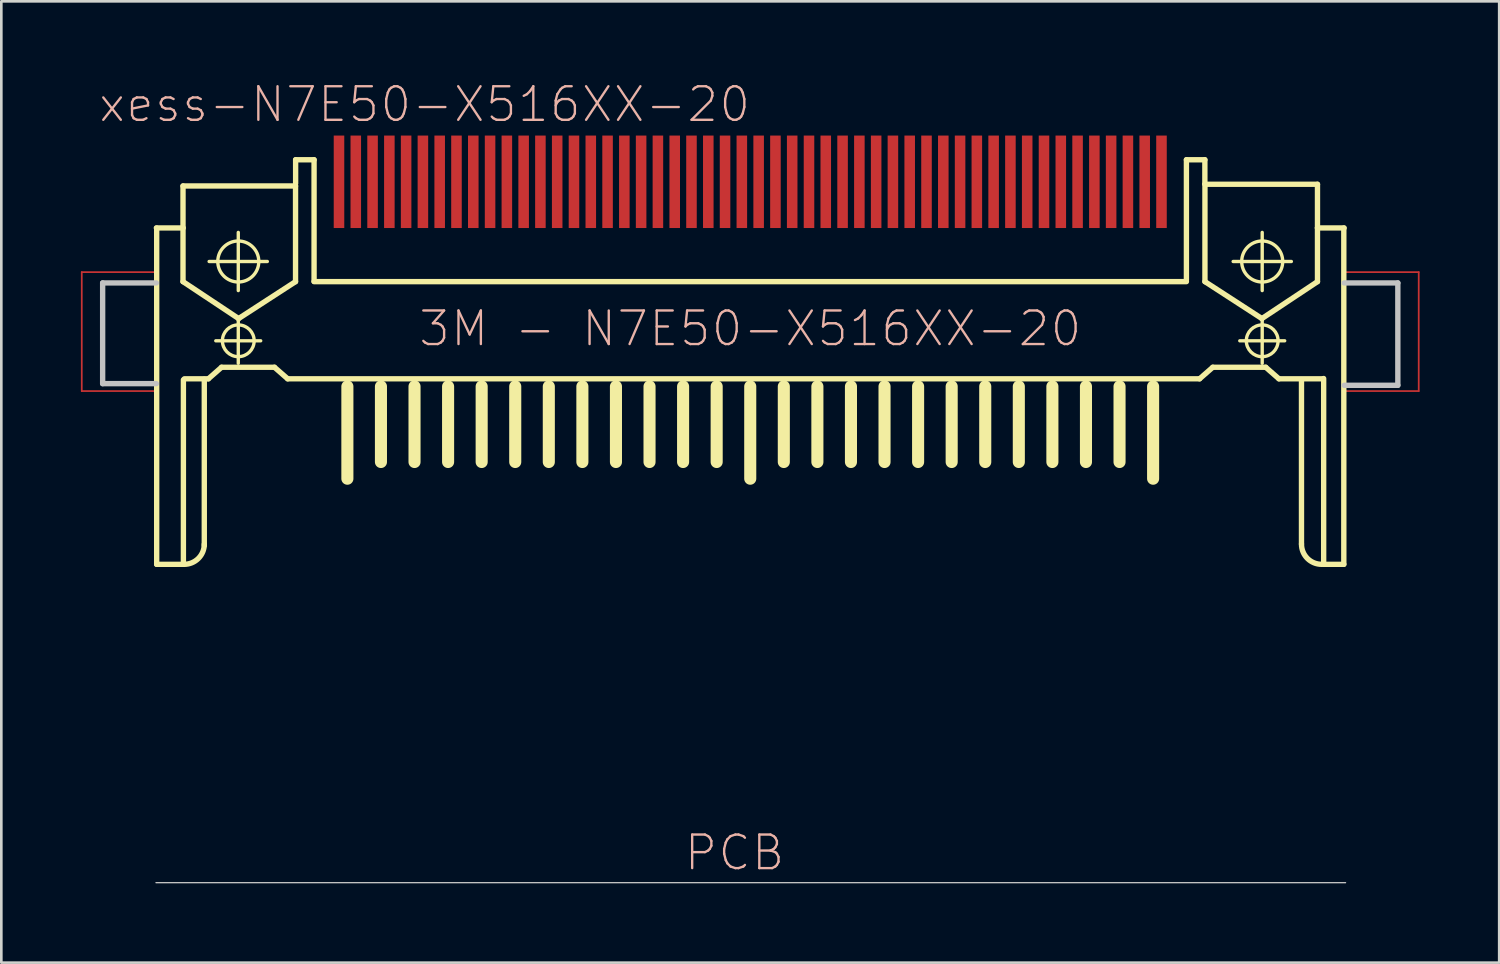
<source format=kicad_pcb>
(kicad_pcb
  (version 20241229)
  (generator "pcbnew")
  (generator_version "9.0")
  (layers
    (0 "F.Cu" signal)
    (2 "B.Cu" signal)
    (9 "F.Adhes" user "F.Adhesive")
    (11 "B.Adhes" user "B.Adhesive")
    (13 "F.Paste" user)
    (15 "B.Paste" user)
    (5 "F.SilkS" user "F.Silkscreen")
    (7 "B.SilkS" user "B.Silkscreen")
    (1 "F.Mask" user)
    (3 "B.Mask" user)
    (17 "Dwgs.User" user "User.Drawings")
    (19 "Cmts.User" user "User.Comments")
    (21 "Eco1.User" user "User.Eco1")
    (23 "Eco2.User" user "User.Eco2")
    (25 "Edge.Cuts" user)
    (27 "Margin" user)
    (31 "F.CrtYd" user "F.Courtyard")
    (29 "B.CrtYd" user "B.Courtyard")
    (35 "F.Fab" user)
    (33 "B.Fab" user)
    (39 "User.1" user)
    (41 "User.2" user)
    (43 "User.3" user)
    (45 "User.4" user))
  (footprint "xess-N7E50-X516XX-20"
    (layer "F.Cu")
    (at 25.331 14.922)
    (property "Reference" "xess-N7E50-X516XX-20" (at -12.319 -14.023 0) (layer "B.SilkS") (effects (font (size 1.27 1.27) (thickness 0.089))))
    (attr smd)
    (fp_line (start -25.288 -7.678) (end -22.489 -7.678) (stroke (width 0.066) (type solid)) (layer "F.Cu"))
    (fp_line (start -25.288 -3.178) (end -25.288 -7.678) (stroke (width 0.066) (type solid)) (layer "F.Cu"))
    (fp_line (start -25.288 -3.178) (end -22.489 -3.178) (stroke (width 0.066) (type solid)) (layer "F.Cu"))
    (fp_line (start -22.489 -3.178) (end -22.489 -7.678) (stroke (width 0.066) (type solid)) (layer "F.Cu"))
    (fp_line (start 22.489 -7.678) (end 25.288 -7.678) (stroke (width 0.066) (type solid)) (layer "F.Cu"))
    (fp_line (start 22.489 -3.178) (end 22.489 -7.678) (stroke (width 0.066) (type solid)) (layer "F.Cu"))
    (fp_line (start 22.489 -3.178) (end 25.288 -3.178) (stroke (width 0.066) (type solid)) (layer "F.Cu"))
    (fp_line (start 25.288 -3.178) (end 25.288 -7.678) (stroke (width 0.066) (type solid)) (layer "F.Cu"))
    (fp_line (start -25.298 -7.699) (end -22.499 -7.699) (stroke (width 0.066) (type solid)) (layer "F.Mask"))
    (fp_line (start -25.298 -3.198) (end -25.298 -7.699) (stroke (width 0.066) (type solid)) (layer "F.Mask"))
    (fp_line (start -25.298 -3.198) (end -22.499 -3.198) (stroke (width 0.066) (type solid)) (layer "F.Mask"))
    (fp_line (start -22.499 -3.198) (end -22.499 -7.699) (stroke (width 0.066) (type solid)) (layer "F.Mask"))
    (fp_line (start 22.499 -7.699) (end 25.298 -7.699) (stroke (width 0.066) (type solid)) (layer "F.Mask"))
    (fp_line (start 22.499 -3.198) (end 22.499 -7.699) (stroke (width 0.066) (type solid)) (layer "F.Mask"))
    (fp_line (start 22.499 -3.198) (end 25.298 -3.198) (stroke (width 0.066) (type solid)) (layer "F.Mask"))
    (fp_line (start 25.298 -3.198) (end 25.298 -7.699) (stroke (width 0.066) (type solid)) (layer "F.Mask"))
    (fp_line (start -22.466 -9.35) (end -21.458 -9.35) (stroke (width 0.203) (type solid)) (layer "F.SilkS"))
    (fp_line (start -22.454 3.376) (end -22.454 -9.345) (stroke (width 0.203) (type solid)) (layer "F.SilkS"))
    (fp_line (start -21.458 -10.937) (end -17.201 -10.937) (stroke (width 0.203) (type solid)) (layer "F.SilkS"))
    (fp_line (start -21.458 -9.35) (end -21.458 -10.937) (stroke (width 0.203) (type solid)) (layer "F.SilkS"))
    (fp_line (start -21.458 -7.318) (end -21.458 -9.35) (stroke (width 0.203) (type solid)) (layer "F.SilkS"))
    (fp_line (start -21.443 -3.604) (end -21.443 3.376) (stroke (width 0.203) (type solid)) (layer "F.SilkS"))
    (fp_line (start -21.443 3.376) (end -22.454 3.376) (stroke (width 0.203) (type solid)) (layer "F.SilkS"))
    (fp_line (start -21.405 -3.642) (end -20.498 -3.642) (stroke (width 0.203) (type solid)) (layer "F.SilkS"))
    (fp_line (start -20.653 -3.627) (end -20.653 2.664) (stroke (width 0.203) (type solid)) (layer "F.SilkS"))
    (fp_line (start -20.498 -3.642) (end -20 -4.079) (stroke (width 0.203) (type solid)) (layer "F.SilkS"))
    (fp_line (start -20.47 -8.08) (end -18.268 -8.08) (stroke (width 0.127) (type solid)) (layer "F.SilkS"))
    (fp_line (start -20.218 -5.08) (end -18.519 -5.08) (stroke (width 0.127) (type solid)) (layer "F.SilkS"))
    (fp_line (start -20 -4.079) (end -17.998 -4.079) (stroke (width 0.203) (type solid)) (layer "F.SilkS"))
    (fp_line (start -19.367 -6.98) (end -19.367 -9.18) (stroke (width 0.127) (type solid)) (layer "F.SilkS"))
    (fp_line (start -19.367 -4.229) (end -19.367 -5.928) (stroke (width 0.127) (type solid)) (layer "F.SilkS"))
    (fp_line (start -19.355 -5.921) (end -21.458 -7.318) (stroke (width 0.203) (type solid)) (layer "F.SilkS"))
    (fp_line (start -17.998 -4.079) (end -17.498 -3.642) (stroke (width 0.203) (type solid)) (layer "F.SilkS"))
    (fp_line (start -17.498 -3.642) (end 16.998 -3.642) (stroke (width 0.203) (type solid)) (layer "F.SilkS"))
    (fp_line (start -17.201 -10.937) (end -17.201 -7.318) (stroke (width 0.203) (type solid)) (layer "F.SilkS"))
    (fp_line (start -17.201 -7.318) (end -19.355 -5.921) (stroke (width 0.203) (type solid)) (layer "F.SilkS"))
    (fp_line (start -17.198 -11.928) (end -17.198 -11.029) (stroke (width 0.203) (type solid)) (layer "F.SilkS"))
    (fp_line (start -16.5 -11.928) (end -17.198 -11.928) (stroke (width 0.203) (type solid)) (layer "F.SilkS"))
    (fp_line (start -16.5 -11.928) (end -16.5 -7.328) (stroke (width 0.203) (type solid)) (layer "F.SilkS"))
    (fp_line (start -16.5 -7.318) (end 16.5 -7.318) (stroke (width 0.203) (type solid)) (layer "F.SilkS"))
    (fp_line (start -15.24 -3.353) (end -15.24 0.137) (stroke (width 0.457) (type solid)) (layer "F.SilkS"))
    (fp_line (start -13.97 -3.353) (end -13.97 -0.495) (stroke (width 0.457) (type solid)) (layer "F.SilkS"))
    (fp_line (start -12.7 -3.353) (end -12.7 -0.495) (stroke (width 0.457) (type solid)) (layer "F.SilkS"))
    (fp_line (start -11.43 -3.353) (end -11.43 -0.495) (stroke (width 0.457) (type solid)) (layer "F.SilkS"))
    (fp_line (start -10.16 -3.353) (end -10.16 -0.495) (stroke (width 0.457) (type solid)) (layer "F.SilkS"))
    (fp_line (start -8.89 -3.353) (end -8.89 -0.495) (stroke (width 0.457) (type solid)) (layer "F.SilkS"))
    (fp_line (start -7.62 -3.353) (end -7.62 -0.495) (stroke (width 0.457) (type solid)) (layer "F.SilkS"))
    (fp_line (start -6.35 -3.353) (end -6.35 -0.495) (stroke (width 0.457) (type solid)) (layer "F.SilkS"))
    (fp_line (start -5.08 -3.353) (end -5.08 -0.495) (stroke (width 0.457) (type solid)) (layer "F.SilkS"))
    (fp_line (start -3.81 -3.353) (end -3.81 -0.495) (stroke (width 0.457) (type solid)) (layer "F.SilkS"))
    (fp_line (start -2.54 -3.353) (end -2.54 -0.495) (stroke (width 0.457) (type solid)) (layer "F.SilkS"))
    (fp_line (start -1.27 -3.353) (end -1.27 -0.495) (stroke (width 0.457) (type solid)) (layer "F.SilkS"))
    (fp_line (start 0 -3.353) (end 0 0.137) (stroke (width 0.457) (type solid)) (layer "F.SilkS"))
    (fp_line (start 1.27 -3.353) (end 1.27 -0.495) (stroke (width 0.457) (type solid)) (layer "F.SilkS"))
    (fp_line (start 2.54 -3.353) (end 2.54 -0.495) (stroke (width 0.457) (type solid)) (layer "F.SilkS"))
    (fp_line (start 3.81 -3.353) (end 3.81 -0.495) (stroke (width 0.457) (type solid)) (layer "F.SilkS"))
    (fp_line (start 5.08 -3.353) (end 5.08 -0.495) (stroke (width 0.457) (type solid)) (layer "F.SilkS"))
    (fp_line (start 6.35 -3.353) (end 6.35 -0.495) (stroke (width 0.457) (type solid)) (layer "F.SilkS"))
    (fp_line (start 7.62 -3.353) (end 7.62 -0.495) (stroke (width 0.457) (type solid)) (layer "F.SilkS"))
    (fp_line (start 8.89 -3.353) (end 8.89 -0.495) (stroke (width 0.457) (type solid)) (layer "F.SilkS"))
    (fp_line (start 10.16 -3.353) (end 10.16 -0.495) (stroke (width 0.457) (type solid)) (layer "F.SilkS"))
    (fp_line (start 11.43 -3.353) (end 11.43 -0.495) (stroke (width 0.457) (type solid)) (layer "F.SilkS"))
    (fp_line (start 12.7 -3.353) (end 12.7 -0.495) (stroke (width 0.457) (type solid)) (layer "F.SilkS"))
    (fp_line (start 13.97 -3.353) (end 13.97 -0.495) (stroke (width 0.457) (type solid)) (layer "F.SilkS"))
    (fp_line (start 15.24 -3.353) (end 15.24 0.137) (stroke (width 0.457) (type solid)) (layer "F.SilkS"))
    (fp_line (start 16.5 -11.928) (end 16.5 -7.379) (stroke (width 0.203) (type solid)) (layer "F.SilkS"))
    (fp_line (start 16.998 -3.642) (end 17.498 -4.079) (stroke (width 0.203) (type solid)) (layer "F.SilkS"))
    (fp_line (start 17.198 -11.928) (end 16.5 -11.928) (stroke (width 0.203) (type solid)) (layer "F.SilkS"))
    (fp_line (start 17.198 -11.029) (end 17.198 -11.928) (stroke (width 0.203) (type solid)) (layer "F.SilkS"))
    (fp_line (start 17.201 -11.001) (end 21.458 -11.001) (stroke (width 0.203) (type solid)) (layer "F.SilkS"))
    (fp_line (start 17.201 -7.318) (end 17.201 -11.001) (stroke (width 0.203) (type solid)) (layer "F.SilkS"))
    (fp_line (start 17.498 -4.079) (end 19.5 -4.079) (stroke (width 0.203) (type solid)) (layer "F.SilkS"))
    (fp_line (start 18.268 -8.08) (end 20.47 -8.08) (stroke (width 0.127) (type solid)) (layer "F.SilkS"))
    (fp_line (start 18.519 -5.08) (end 20.218 -5.08) (stroke (width 0.127) (type solid)) (layer "F.SilkS"))
    (fp_line (start 19.355 -5.921) (end 17.201 -7.318) (stroke (width 0.203) (type solid)) (layer "F.SilkS"))
    (fp_line (start 19.367 -6.98) (end 19.367 -9.18) (stroke (width 0.127) (type solid)) (layer "F.SilkS"))
    (fp_line (start 19.367 -4.229) (end 19.367 -5.928) (stroke (width 0.127) (type solid)) (layer "F.SilkS"))
    (fp_line (start 19.5 -4.079) (end 20 -3.642) (stroke (width 0.203) (type solid)) (layer "F.SilkS"))
    (fp_line (start 20 -3.642) (end 21.654 -3.642) (stroke (width 0.203) (type solid)) (layer "F.SilkS"))
    (fp_line (start 20.853 -3.612) (end 20.853 2.601) (stroke (width 0.203) (type solid)) (layer "F.SilkS"))
    (fp_line (start 21.458 -11.001) (end 21.458 -9.35) (stroke (width 0.203) (type solid)) (layer "F.SilkS"))
    (fp_line (start 21.458 -9.35) (end 21.458 -7.318) (stroke (width 0.203) (type solid)) (layer "F.SilkS"))
    (fp_line (start 21.458 -9.35) (end 22.466 -9.35) (stroke (width 0.203) (type solid)) (layer "F.SilkS"))
    (fp_line (start 21.458 -7.318) (end 19.355 -5.921) (stroke (width 0.203) (type solid)) (layer "F.SilkS"))
    (fp_line (start 21.692 3.376) (end 21.692 -3.653) (stroke (width 0.203) (type solid)) (layer "F.SilkS"))
    (fp_line (start 22.454 -9.345) (end 22.454 3.376) (stroke (width 0.203) (type solid)) (layer "F.SilkS"))
    (fp_line (start 22.454 3.376) (end 21.692 3.376) (stroke (width 0.203) (type solid)) (layer "F.SilkS"))
    (fp_arc (start -20.65274 2.61366) (mid -20.875925 3.152475) (end -21.41474 3.37566) (stroke (width 0.2032) (type solid)) (layer "F.SilkS"))
    (fp_arc (start 21.6154 3.37566) (mid 21.076585 3.152475) (end 20.8534 2.61366) (stroke (width 0.2032) (type solid)) (layer "F.SilkS"))
    (fp_circle (center -19.367 -8.08) (end -19.916 -8.628) (stroke (width 0.127) (type solid)) (fill no) (layer "F.SilkS"))
    (fp_circle (center -19.367 -5.08) (end -19.792 -5.504) (stroke (width 0.127) (type solid)) (fill no) (layer "F.SilkS"))
    (fp_circle (center 19.367 -8.08) (end 19.916 -8.628) (stroke (width 0.127) (type solid)) (fill no) (layer "F.SilkS"))
    (fp_circle (center 19.367 -5.08) (end 19.792 -5.504) (stroke (width 0.127) (type solid)) (fill no) (layer "F.SilkS"))
    (fp_line (start -25.298 -7.699) (end -22.499 -7.699) (stroke (width 0.066) (type solid)) (layer "F.Paste"))
    (fp_line (start -25.298 -3.198) (end -25.298 -7.699) (stroke (width 0.066) (type solid)) (layer "F.Paste"))
    (fp_line (start -25.298 -3.198) (end -22.499 -3.198) (stroke (width 0.066) (type solid)) (layer "F.Paste"))
    (fp_line (start -22.499 -3.198) (end -22.499 -7.699) (stroke (width 0.066) (type solid)) (layer "F.Paste"))
    (fp_line (start 22.499 -7.699) (end 25.298 -7.699) (stroke (width 0.066) (type solid)) (layer "F.Paste"))
    (fp_line (start 22.499 -3.198) (end 22.499 -7.699) (stroke (width 0.066) (type solid)) (layer "F.Paste"))
    (fp_line (start 22.499 -3.198) (end 25.298 -3.198) (stroke (width 0.066) (type solid)) (layer "F.Paste"))
    (fp_line (start 25.298 -3.198) (end 25.298 -7.699) (stroke (width 0.066) (type solid)) (layer "F.Paste"))
    (fp_line (start -24.498 -7.269) (end -22.466 -7.269) (stroke (width 0.203) (type solid)) (layer "Dwgs.User"))
    (fp_line (start -24.498 -3.459) (end -24.498 -7.269) (stroke (width 0.203) (type solid)) (layer "Dwgs.User"))
    (fp_line (start -22.479 15.418) (end 22.52 15.418) (stroke (width 0.051) (type solid)) (layer "Dwgs.User"))
    (fp_line (start -22.466 -3.459) (end -24.498 -3.459) (stroke (width 0.203) (type solid)) (layer "Dwgs.User"))
    (fp_line (start 22.466 -7.269) (end 24.498 -7.269) (stroke (width 0.203) (type solid)) (layer "Dwgs.User"))
    (fp_line (start 24.498 -7.269) (end 24.498 -3.396) (stroke (width 0.203) (type solid)) (layer "Dwgs.User"))
    (fp_line (start 24.498 -3.396) (end 22.466 -3.396) (stroke (width 0.203) (type solid)) (layer "Dwgs.User"))
    (fp_text user "PCB" (at -0.594 14.285 0) (layer "B.SilkS") (effects (font (size 1.27 1.27) (thickness 0.089))))
    (fp_text user "3M - N7E50-X516XX-20" (at 0 -5.54 0) (layer "B.SilkS") (effects (font (size 1.27 1.27) (thickness 0.089))))
    (pad "1" smd rect (at -15.557 -11.095) (size 0.399 3.498) (layers "F.Cu" "F.Mask" "F.Paste"))
    (pad "2" smd rect (at -14.287 -11.095) (size 0.399 3.498) (layers "F.Cu" "F.Mask" "F.Paste"))
    (pad "3" smd rect (at -13.018 -11.095) (size 0.399 3.498) (layers "F.Cu" "F.Mask" "F.Paste"))
    (pad "4" smd rect (at -11.748 -11.095) (size 0.399 3.498) (layers "F.Cu" "F.Mask" "F.Paste"))
    (pad "5" smd rect (at -10.477 -11.095) (size 0.399 3.498) (layers "F.Cu" "F.Mask" "F.Paste"))
    (pad "6" smd rect (at -9.207 -11.095) (size 0.399 3.498) (layers "F.Cu" "F.Mask" "F.Paste"))
    (pad "7" smd rect (at -7.938 -11.095) (size 0.399 3.498) (layers "F.Cu" "F.Mask" "F.Paste"))
    (pad "8" smd rect (at -6.668 -11.095) (size 0.399 3.498) (layers "F.Cu" "F.Mask" "F.Paste"))
    (pad "9" smd rect (at -5.397 -11.095) (size 0.399 3.498) (layers "F.Cu" "F.Mask" "F.Paste"))
    (pad "10" smd rect (at -4.128 -11.095) (size 0.399 3.498) (layers "F.Cu" "F.Mask" "F.Paste"))
    (pad "11" smd rect (at -2.857 -11.095) (size 0.399 3.498) (layers "F.Cu" "F.Mask" "F.Paste"))
    (pad "12" smd rect (at -1.587 -11.095) (size 0.399 3.498) (layers "F.Cu" "F.Mask" "F.Paste"))
    (pad "13" smd rect (at -0.318 -11.095) (size 0.399 3.498) (layers "F.Cu" "F.Mask" "F.Paste"))
    (pad "14" smd rect (at 0.953 -11.095) (size 0.399 3.498) (layers "F.Cu" "F.Mask" "F.Paste"))
    (pad "15" smd rect (at 2.223 -11.095) (size 0.399 3.498) (layers "F.Cu" "F.Mask" "F.Paste"))
    (pad "16" smd rect (at 3.493 -11.095) (size 0.399 3.498) (layers "F.Cu" "F.Mask" "F.Paste"))
    (pad "17" smd rect (at 4.763 -11.095) (size 0.399 3.498) (layers "F.Cu" "F.Mask" "F.Paste"))
    (pad "18" smd rect (at 6.032 -11.095) (size 0.399 3.498) (layers "F.Cu" "F.Mask" "F.Paste"))
    (pad "19" smd rect (at 7.303 -11.095) (size 0.399 3.498) (layers "F.Cu" "F.Mask" "F.Paste"))
    (pad "20" smd rect (at 8.572 -11.095) (size 0.399 3.498) (layers "F.Cu" "F.Mask" "F.Paste"))
    (pad "21" smd rect (at 9.842 -11.095) (size 0.399 3.498) (layers "F.Cu" "F.Mask" "F.Paste"))
    (pad "22" smd rect (at 11.113 -11.095) (size 0.399 3.498) (layers "F.Cu" "F.Mask" "F.Paste"))
    (pad "23" smd rect (at 12.383 -11.095) (size 0.399 3.498) (layers "F.Cu" "F.Mask" "F.Paste"))
    (pad "24" smd rect (at 13.652 -11.095) (size 0.399 3.498) (layers "F.Cu" "F.Mask" "F.Paste"))
    (pad "25" smd rect (at 14.922 -11.095) (size 0.399 3.498) (layers "F.Cu" "F.Mask" "F.Paste"))
    (pad "26" smd rect (at -14.922 -11.095) (size 0.399 3.498) (layers "F.Cu" "F.Mask" "F.Paste"))
    (pad "27" smd rect (at -13.652 -11.095) (size 0.399 3.498) (layers "F.Cu" "F.Mask" "F.Paste"))
    (pad "28" smd rect (at -12.383 -11.095) (size 0.399 3.498) (layers "F.Cu" "F.Mask" "F.Paste"))
    (pad "29" smd rect (at -11.113 -11.095) (size 0.399 3.498) (layers "F.Cu" "F.Mask" "F.Paste"))
    (pad "30" smd rect (at -9.842 -11.095) (size 0.399 3.498) (layers "F.Cu" "F.Mask" "F.Paste"))
    (pad "31" smd rect (at -8.572 -11.095) (size 0.399 3.498) (layers "F.Cu" "F.Mask" "F.Paste"))
    (pad "32" smd rect (at -7.303 -11.095) (size 0.399 3.498) (layers "F.Cu" "F.Mask" "F.Paste"))
    (pad "33" smd rect (at -6.032 -11.095) (size 0.399 3.498) (layers "F.Cu" "F.Mask" "F.Paste"))
    (pad "34" smd rect (at -4.763 -11.095) (size 0.399 3.498) (layers "F.Cu" "F.Mask" "F.Paste"))
    (pad "35" smd rect (at -3.493 -11.095) (size 0.399 3.498) (layers "F.Cu" "F.Mask" "F.Paste"))
    (pad "36" smd rect (at -2.223 -11.095) (size 0.399 3.498) (layers "F.Cu" "F.Mask" "F.Paste"))
    (pad "37" smd rect (at -0.953 -11.095) (size 0.399 3.498) (layers "F.Cu" "F.Mask" "F.Paste"))
    (pad "38" smd rect (at 0.318 -11.095) (size 0.399 3.498) (layers "F.Cu" "F.Mask" "F.Paste"))
    (pad "39" smd rect (at 1.587 -11.095) (size 0.399 3.498) (layers "F.Cu" "F.Mask" "F.Paste"))
    (pad "40" smd rect (at 2.857 -11.095) (size 0.399 3.498) (layers "F.Cu" "F.Mask" "F.Paste"))
    (pad "41" smd rect (at 4.128 -11.095) (size 0.399 3.498) (layers "F.Cu" "F.Mask" "F.Paste"))
    (pad "42" smd rect (at 5.397 -11.095) (size 0.399 3.498) (layers "F.Cu" "F.Mask" "F.Paste"))
    (pad "43" smd rect (at 6.668 -11.095) (size 0.399 3.498) (layers "F.Cu" "F.Mask" "F.Paste"))
    (pad "44" smd rect (at 7.938 -11.095) (size 0.399 3.498) (layers "F.Cu" "F.Mask" "F.Paste"))
    (pad "45" smd rect (at 9.207 -11.095) (size 0.399 3.498) (layers "F.Cu" "F.Mask" "F.Paste"))
    (pad "46" smd rect (at 10.477 -11.095) (size 0.399 3.498) (layers "F.Cu" "F.Mask" "F.Paste"))
    (pad "47" smd rect (at 11.748 -11.095) (size 0.399 3.498) (layers "F.Cu" "F.Mask" "F.Paste"))
    (pad "48" smd rect (at 13.018 -11.095) (size 0.399 3.498) (layers "F.Cu" "F.Mask" "F.Paste"))
    (pad "49" smd rect (at 14.287 -11.095) (size 0.399 3.498) (layers "F.Cu" "F.Mask" "F.Paste"))
    (pad "50" smd rect (at 15.557 -11.095) (size 0.399 3.498) (layers "F.Cu" "F.Mask" "F.Paste")))
  (gr_rect
    (start -3 -3)
    (end 53.663 33.366)
    (stroke (width 0.1) (type default))
    (fill no)
    (layer "Edge.Cuts")))
</source>
